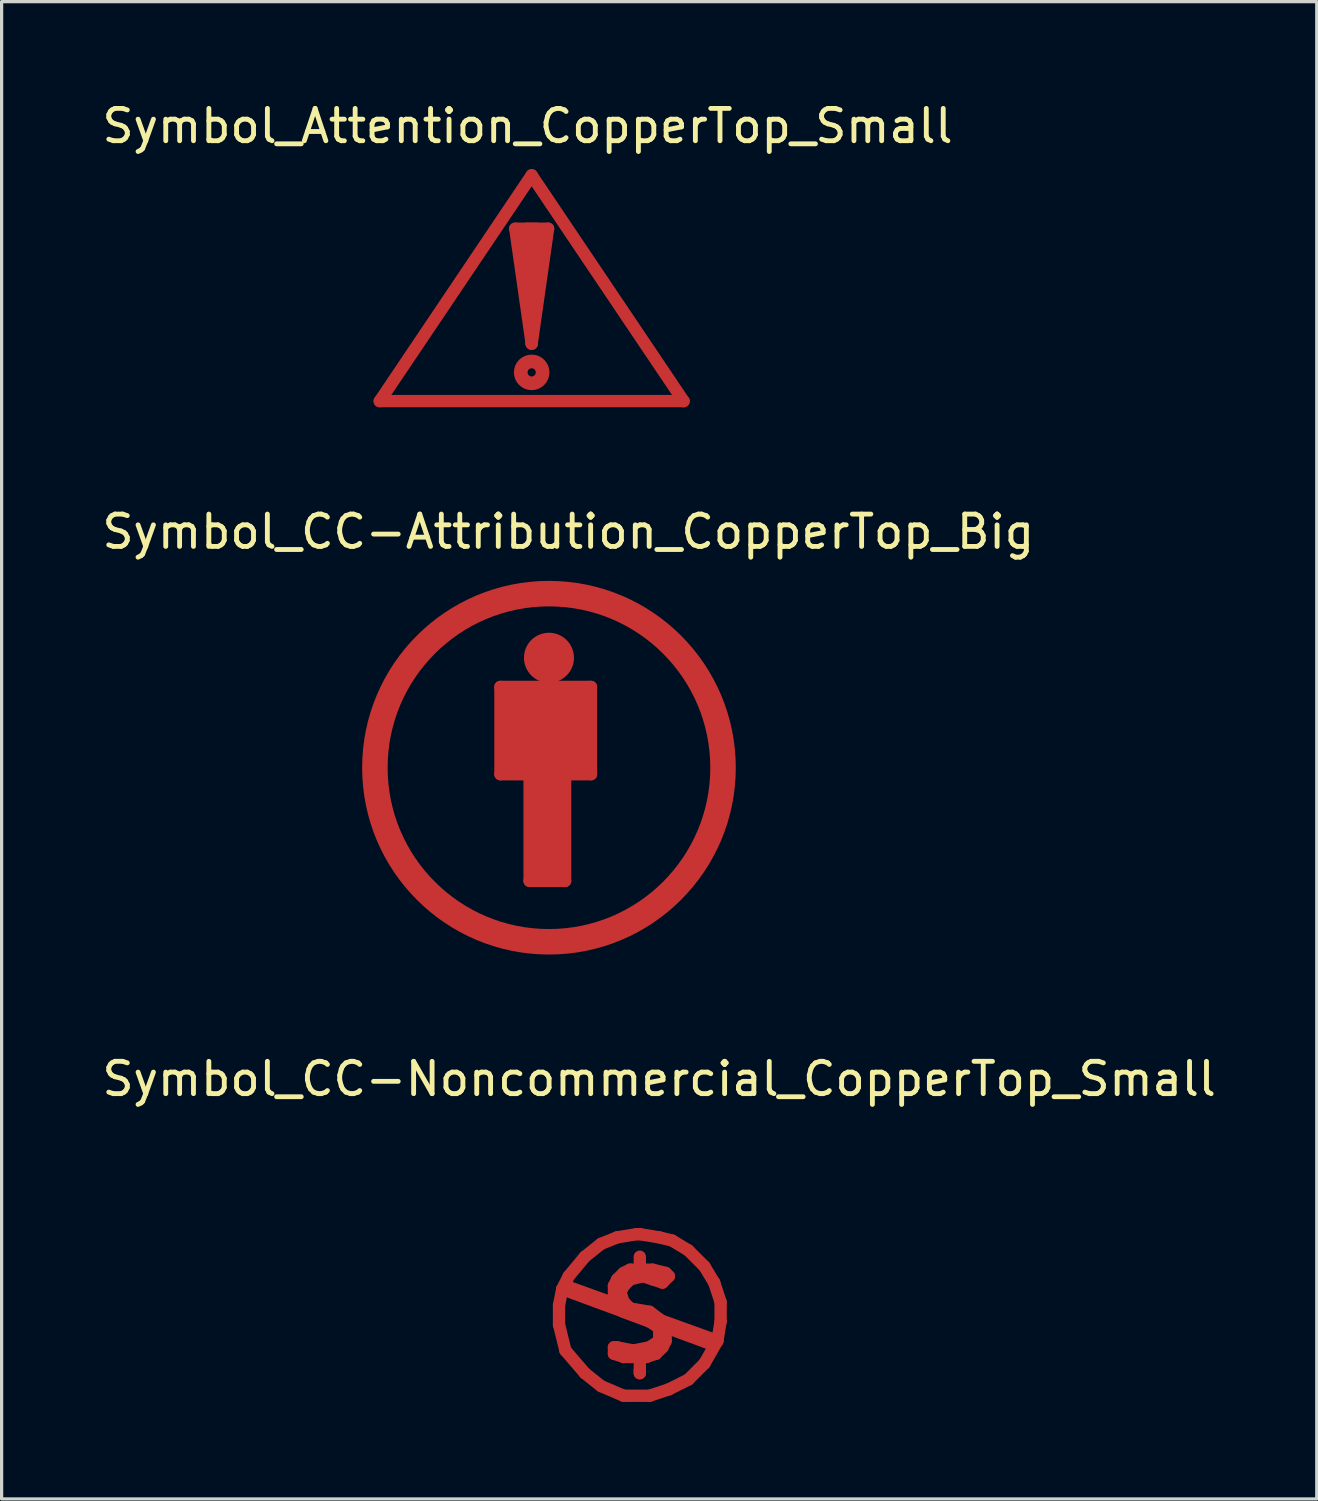
<source format=kicad_pcb>
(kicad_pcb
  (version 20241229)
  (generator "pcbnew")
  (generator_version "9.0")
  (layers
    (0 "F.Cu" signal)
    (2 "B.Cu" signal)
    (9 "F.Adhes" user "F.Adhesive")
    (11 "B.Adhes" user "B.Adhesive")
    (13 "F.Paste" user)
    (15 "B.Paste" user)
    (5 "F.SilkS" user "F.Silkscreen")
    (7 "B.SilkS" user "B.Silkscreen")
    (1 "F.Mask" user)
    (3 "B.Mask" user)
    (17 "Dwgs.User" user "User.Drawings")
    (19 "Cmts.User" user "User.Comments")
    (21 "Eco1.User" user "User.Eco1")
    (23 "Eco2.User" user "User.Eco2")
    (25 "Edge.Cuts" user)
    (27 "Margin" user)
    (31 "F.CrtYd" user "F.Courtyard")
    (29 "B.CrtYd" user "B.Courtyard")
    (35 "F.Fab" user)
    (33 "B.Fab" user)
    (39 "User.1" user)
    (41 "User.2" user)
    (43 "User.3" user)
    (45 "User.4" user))
  (footprint "Symbol_CC-Attribution_CopperTop_Big"
    (layer "F.Cu")
    (at 13.93 20.696)
    (property "Reference" "Symbol_CC-Attribution_CopperTop_Big" (at 0.599 -7.3 0) (layer "F.SilkS") (effects (font (size 1 1) (thickness 0.15))))
    (attr through_hole)
    (fp_line (start -5.4 0.099) (end -5.199 1.3) (stroke (width 0.381) (type solid)) (layer "F.Cu"))
    (fp_line (start -5.301 -1.1) (end -5.4 0.099) (stroke (width 0.381) (type solid)) (layer "F.Cu"))
    (fp_line (start -5.199 1.3) (end -4.801 2.4) (stroke (width 0.381) (type solid)) (layer "F.Cu"))
    (fp_line (start -5.001 -2.101) (end -5.301 -1.1) (stroke (width 0.381) (type solid)) (layer "F.Cu"))
    (fp_line (start -4.801 2.4) (end -3.8 3.899) (stroke (width 0.381) (type solid)) (layer "F.Cu"))
    (fp_line (start -4.501 -3) (end -5.001 -2.101) (stroke (width 0.381) (type solid)) (layer "F.Cu"))
    (fp_line (start -4 -3.599) (end -4.501 -3) (stroke (width 0.381) (type solid)) (layer "F.Cu"))
    (fp_line (start -3.8 3.899) (end -2.601 4.801) (stroke (width 0.381) (type solid)) (layer "F.Cu"))
    (fp_line (start -3.299 -4.201) (end -4 -3.599) (stroke (width 0.381) (type solid)) (layer "F.Cu"))
    (fp_line (start -2.7 -4.699) (end -3.299 -4.201) (stroke (width 0.381) (type solid)) (layer "F.Cu"))
    (fp_line (start -2.601 4.801) (end -1.3 5.301) (stroke (width 0.381) (type solid)) (layer "F.Cu"))
    (fp_line (start -1.999 -4.9) (end -2.7 -4.699) (stroke (width 0.381) (type solid)) (layer "F.Cu"))
    (fp_line (start -1.501 -2.499) (end 1.3 -2.499) (stroke (width 0.381) (type solid)) (layer "F.Cu"))
    (fp_line (start -1.501 0.201) (end -1.501 -2.499) (stroke (width 0.381) (type solid)) (layer "F.Cu"))
    (fp_line (start -1.4 -2.2) (end 1.1 -2.2) (stroke (width 0.381) (type solid)) (layer "F.Cu"))
    (fp_line (start -1.4 -1.9) (end -1.4 -1.501) (stroke (width 0.381) (type solid)) (layer "F.Cu"))
    (fp_line (start -1.4 -1.6) (end 1.199 -1.6) (stroke (width 0.381) (type solid)) (layer "F.Cu"))
    (fp_line (start -1.4 -1.501) (end -1.4 -1.6) (stroke (width 0.381) (type solid)) (layer "F.Cu"))
    (fp_line (start -1.4 -0.8) (end -1.4 -0.5) (stroke (width 0.381) (type solid)) (layer "F.Cu"))
    (fp_line (start -1.4 -0.5) (end 1.1 -0.5) (stroke (width 0.381) (type solid)) (layer "F.Cu"))
    (fp_line (start -1.4 -0.3) (end -1.4 -0.099) (stroke (width 0.381) (type solid)) (layer "F.Cu"))
    (fp_line (start -1.4 -0.099) (end 1.1 -0.099) (stroke (width 0.381) (type solid)) (layer "F.Cu"))
    (fp_line (start -1.3 -5.1) (end -1.999 -4.9) (stroke (width 0.381) (type solid)) (layer "F.Cu"))
    (fp_line (start -1.3 -1.3) (end -1.3 -1.1) (stroke (width 0.381) (type solid)) (layer "F.Cu"))
    (fp_line (start -1.3 -1.1) (end 1.1 -1.1) (stroke (width 0.381) (type solid)) (layer "F.Cu"))
    (fp_line (start -1.3 5.301) (end 0.099 5.301) (stroke (width 0.381) (type solid)) (layer "F.Cu"))
    (fp_line (start -0.599 0.3) (end -0.599 3.5) (stroke (width 0.381) (type solid)) (layer "F.Cu"))
    (fp_line (start -0.599 3.5) (end 0.5 3.5) (stroke (width 0.381) (type solid)) (layer "F.Cu"))
    (fp_line (start -0.5 -5.4) (end -1.3 -5.1) (stroke (width 0.381) (type solid)) (layer "F.Cu"))
    (fp_line (start -0.399 0.3) (end -0.399 3.299) (stroke (width 0.381) (type solid)) (layer "F.Cu"))
    (fp_line (start -0.399 3.299) (end -0.201 3.299) (stroke (width 0.381) (type solid)) (layer "F.Cu"))
    (fp_line (start -0.3 -3.8) (end -0.3 -3.099) (stroke (width 0.381) (type solid)) (layer "F.Cu"))
    (fp_line (start -0.201 0.3) (end 0.099 0.3) (stroke (width 0.381) (type solid)) (layer "F.Cu"))
    (fp_line (start -0.201 3.299) (end -0.201 0.3) (stroke (width 0.381) (type solid)) (layer "F.Cu"))
    (fp_line (start 0 -5.4) (end -0.5 -5.4) (stroke (width 0.381) (type solid)) (layer "F.Cu"))
    (fp_line (start 0 -3.8) (end 0 -3) (stroke (width 0.381) (type solid)) (layer "F.Cu"))
    (fp_line (start 0.099 0.3) (end 0.099 3.401) (stroke (width 0.381) (type solid)) (layer "F.Cu"))
    (fp_line (start 0.099 3.401) (end 0.3 3.401) (stroke (width 0.381) (type solid)) (layer "F.Cu"))
    (fp_line (start 0.099 5.301) (end 1.6 5.199) (stroke (width 0.381) (type solid)) (layer "F.Cu"))
    (fp_line (start 0.3 -3.8) (end 0.3 -3) (stroke (width 0.381) (type solid)) (layer "F.Cu"))
    (fp_line (start 0.3 3.401) (end 0.3 0.3) (stroke (width 0.381) (type solid)) (layer "F.Cu"))
    (fp_line (start 0.5 3.5) (end 0.5 0.3) (stroke (width 0.381) (type solid)) (layer "F.Cu"))
    (fp_line (start 1.1 -1.1) (end 1.1 -0.8) (stroke (width 0.381) (type solid)) (layer "F.Cu"))
    (fp_line (start 1.1 -0.8) (end -1.4 -0.8) (stroke (width 0.381) (type solid)) (layer "F.Cu"))
    (fp_line (start 1.1 -0.5) (end 1.1 -0.3) (stroke (width 0.381) (type solid)) (layer "F.Cu"))
    (fp_line (start 1.1 -0.3) (end -1.4 -0.3) (stroke (width 0.381) (type solid)) (layer "F.Cu"))
    (fp_line (start 1.199 -1.9) (end -1.4 -1.9) (stroke (width 0.381) (type solid)) (layer "F.Cu"))
    (fp_line (start 1.199 -1.6) (end 1.199 -1.3) (stroke (width 0.381) (type solid)) (layer "F.Cu"))
    (fp_line (start 1.199 -1.3) (end -1.3 -1.3) (stroke (width 0.381) (type solid)) (layer "F.Cu"))
    (fp_line (start 1.3 -2.499) (end 1.3 0.201) (stroke (width 0.381) (type solid)) (layer "F.Cu"))
    (fp_line (start 1.3 0.201) (end -1.501 0.201) (stroke (width 0.381) (type solid)) (layer "F.Cu"))
    (fp_line (start 1.4 -5.199) (end 0 -5.301) (stroke (width 0.381) (type solid)) (layer "F.Cu"))
    (fp_line (start 1.6 5.199) (end 2.601 4.699) (stroke (width 0.381) (type solid)) (layer "F.Cu"))
    (fp_line (start 2.4 -4.801) (end 1.4 -5.199) (stroke (width 0.381) (type solid)) (layer "F.Cu"))
    (fp_line (start 2.601 4.699) (end 4.201 3.401) (stroke (width 0.381) (type solid)) (layer "F.Cu"))
    (fp_line (start 3.401 -4.1) (end 2.4 -4.801) (stroke (width 0.381) (type solid)) (layer "F.Cu"))
    (fp_line (start 4.201 3.401) (end 5.001 1.801) (stroke (width 0.381) (type solid)) (layer "F.Cu"))
    (fp_line (start 4.699 -2.499) (end 3.401 -4.1) (stroke (width 0.381) (type solid)) (layer "F.Cu"))
    (fp_line (start 5.001 1.801) (end 5.4 0.3) (stroke (width 0.381) (type solid)) (layer "F.Cu"))
    (fp_line (start 5.199 -1.4) (end 4.699 -2.499) (stroke (width 0.381) (type solid)) (layer "F.Cu"))
    (fp_line (start 5.4 0.3) (end 5.199 -1.4) (stroke (width 0.381) (type solid)) (layer "F.Cu"))
    (fp_circle (center 0 -3.401) (end 0.3 -2.901) (stroke (width 0.381) (type solid)) (fill no) (layer "F.Cu"))
    (fp_circle (center 0 0) (end 5.08 1.016) (stroke (width 0.381) (type solid)) (fill no) (layer "F.Cu"))
    (fp_circle (center 0 0) (end 5.588 0) (stroke (width 0.381) (type solid)) (fill no) (layer "F.Cu")))
  (footprint "Symbol_Attention_CopperTop_Small"
    (layer "F.Cu")
    (at 13.395 6.563)
    (property "Reference" "Symbol_Attention_CopperTop_Small" (at -0.127 -5.715 0) (layer "F.SilkS") (effects (font (size 1 1) (thickness 0.15))))
    (attr through_hole)
    (fp_line (start -4.699 2.794) (end 0 -4.191) (stroke (width 0.381) (type solid)) (layer "F.Cu"))
    (fp_line (start -0.508 -2.54) (end 0 -2.54) (stroke (width 0.381) (type solid)) (layer "F.Cu"))
    (fp_line (start 0 -4.191) (end 4.699 2.794) (stroke (width 0.381) (type solid)) (layer "F.Cu"))
    (fp_line (start 0 -2.54) (end 0.508 -2.54) (stroke (width 0.381) (type solid)) (layer "F.Cu"))
    (fp_line (start 0 0.889) (end 0.127 -2.54) (stroke (width 0.381) (type solid)) (layer "F.Cu"))
    (fp_line (start 0 1.016) (end -0.508 -2.54) (stroke (width 0.381) (type solid)) (layer "F.Cu"))
    (fp_line (start 0 1.016) (end -0.127 -2.54) (stroke (width 0.381) (type solid)) (layer "F.Cu"))
    (fp_line (start 0.508 -2.54) (end 0 1.016) (stroke (width 0.381) (type solid)) (layer "F.Cu"))
    (fp_line (start 4.699 2.794) (end -4.699 2.794) (stroke (width 0.381) (type solid)) (layer "F.Cu"))
    (fp_circle (center 0 1.905) (end 0 2.032) (stroke (width 0.381) (type solid)) (fill no) (layer "F.Cu"))
    (fp_circle (center 0 1.905) (end 0.254 2.159) (stroke (width 0.381) (type solid)) (fill no) (layer "F.Cu")))
  (footprint "Symbol_CC-Noncommercial_CopperTop_Small"
    (layer "F.Cu")
    (at 16.74 37.623)
    (property "Reference" "Symbol_CC-Noncommercial_CopperTop_Small" (at 0.599 -7.3 0) (layer "F.SilkS") (effects (font (size 1 1) (thickness 0.15))))
    (attr through_hole)
    (fp_line (start -2.499 -0.3) (end -2.499 0.3) (stroke (width 0.381) (type solid)) (layer "F.Cu"))
    (fp_line (start -2.499 0.3) (end -2.301 1.1) (stroke (width 0.381) (type solid)) (layer "F.Cu"))
    (fp_line (start -2.4 -0.8) (end -2.499 -0.3) (stroke (width 0.381) (type solid)) (layer "F.Cu"))
    (fp_line (start -2.4 -0.8) (end 2.2 0.899) (stroke (width 0.381) (type solid)) (layer "F.Cu"))
    (fp_line (start -2.301 -0.899) (end 2.4 0.8) (stroke (width 0.381) (type solid)) (layer "F.Cu"))
    (fp_line (start -2.301 1.1) (end -1.699 1.801) (stroke (width 0.381) (type solid)) (layer "F.Cu"))
    (fp_line (start -2.2 -1.199) (end -2.4 -0.8) (stroke (width 0.381) (type solid)) (layer "F.Cu"))
    (fp_line (start -1.699 -1.801) (end -2.2 -1.199) (stroke (width 0.381) (type solid)) (layer "F.Cu"))
    (fp_line (start -1.699 1.801) (end -1.199 2.2) (stroke (width 0.381) (type solid)) (layer "F.Cu"))
    (fp_line (start -1.199 -2.2) (end -1.699 -1.801) (stroke (width 0.381) (type solid)) (layer "F.Cu"))
    (fp_line (start -1.199 2.2) (end -0.5 2.499) (stroke (width 0.381) (type solid)) (layer "F.Cu"))
    (fp_line (start -0.8 -0.899) (end -0.8 -0.599) (stroke (width 0.381) (type solid)) (layer "F.Cu"))
    (fp_line (start -0.8 -0.599) (end -0.701 -0.3) (stroke (width 0.381) (type solid)) (layer "F.Cu"))
    (fp_line (start -0.8 1.001) (end -0.8 1.199) (stroke (width 0.381) (type solid)) (layer "F.Cu"))
    (fp_line (start -0.8 1.199) (end -0.5 1.3) (stroke (width 0.381) (type solid)) (layer "F.Cu"))
    (fp_line (start -0.701 -2.4) (end -1.199 -2.2) (stroke (width 0.381) (type solid)) (layer "F.Cu"))
    (fp_line (start -0.701 -1.1) (end -0.8 -0.899) (stroke (width 0.381) (type solid)) (layer "F.Cu"))
    (fp_line (start -0.701 -0.3) (end -0.5 -0.099) (stroke (width 0.381) (type solid)) (layer "F.Cu"))
    (fp_line (start -0.701 1.001) (end -0.8 1.001) (stroke (width 0.381) (type solid)) (layer "F.Cu"))
    (fp_line (start -0.599 -0.701) (end -0.5 -0.899) (stroke (width 0.381) (type solid)) (layer "F.Cu"))
    (fp_line (start -0.5 -1.3) (end -0.701 -1.1) (stroke (width 0.381) (type solid)) (layer "F.Cu"))
    (fp_line (start -0.5 -0.899) (end -0.3 -1.1) (stroke (width 0.381) (type solid)) (layer "F.Cu"))
    (fp_line (start -0.5 -0.399) (end -0.599 -0.701) (stroke (width 0.381) (type solid)) (layer "F.Cu"))
    (fp_line (start -0.5 -0.099) (end 0.3 0.201) (stroke (width 0.381) (type solid)) (layer "F.Cu"))
    (fp_line (start -0.5 1.3) (end 0.201 1.3) (stroke (width 0.381) (type solid)) (layer "F.Cu"))
    (fp_line (start -0.5 2.499) (end 0.3 2.499) (stroke (width 0.381) (type solid)) (layer "F.Cu"))
    (fp_line (start -0.3 -1.4) (end -0.5 -1.3) (stroke (width 0.381) (type solid)) (layer "F.Cu"))
    (fp_line (start -0.3 -1.1) (end 0.099 -1.199) (stroke (width 0.381) (type solid)) (layer "F.Cu"))
    (fp_line (start -0.3 -0.201) (end -0.5 -0.399) (stroke (width 0.381) (type solid)) (layer "F.Cu"))
    (fp_line (start -0.201 1.1) (end -0.701 1.001) (stroke (width 0.381) (type solid)) (layer "F.Cu"))
    (fp_line (start -0.099 -2.499) (end -0.701 -2.4) (stroke (width 0.381) (type solid)) (layer "F.Cu"))
    (fp_line (start 0 -2.499) (end -0.099 -2.499) (stroke (width 0.381) (type solid)) (layer "F.Cu"))
    (fp_line (start 0 -1.501) (end 0 -1.801) (stroke (width 0.381) (type solid)) (layer "F.Cu"))
    (fp_line (start 0 1.3) (end 0 1.801) (stroke (width 0.381) (type solid)) (layer "F.Cu"))
    (fp_line (start 0 1.801) (end 0 1.699) (stroke (width 0.381) (type solid)) (layer "F.Cu"))
    (fp_line (start 0.099 -1.199) (end 0.399 -1.1) (stroke (width 0.381) (type solid)) (layer "F.Cu"))
    (fp_line (start 0.201 1.3) (end 0.5 1.199) (stroke (width 0.381) (type solid)) (layer "F.Cu"))
    (fp_line (start 0.3 -0.099) (end -0.3 -0.201) (stroke (width 0.381) (type solid)) (layer "F.Cu"))
    (fp_line (start 0.3 0.201) (end 0.599 0.399) (stroke (width 0.381) (type solid)) (layer "F.Cu"))
    (fp_line (start 0.3 1.001) (end -0.201 1.1) (stroke (width 0.381) (type solid)) (layer "F.Cu"))
    (fp_line (start 0.3 2.499) (end 0.899 2.301) (stroke (width 0.381) (type solid)) (layer "F.Cu"))
    (fp_line (start 0.399 -1.4) (end -0.3 -1.4) (stroke (width 0.381) (type solid)) (layer "F.Cu"))
    (fp_line (start 0.399 -1.1) (end 0.701 -1.001) (stroke (width 0.381) (type solid)) (layer "F.Cu"))
    (fp_line (start 0.5 1.199) (end 0.701 1.001) (stroke (width 0.381) (type solid)) (layer "F.Cu"))
    (fp_line (start 0.599 -2.4) (end 0 -2.499) (stroke (width 0.381) (type solid)) (layer "F.Cu"))
    (fp_line (start 0.599 0.399) (end 0.599 0.8) (stroke (width 0.381) (type solid)) (layer "F.Cu"))
    (fp_line (start 0.599 0.8) (end 0.3 1.001) (stroke (width 0.381) (type solid)) (layer "F.Cu"))
    (fp_line (start 0.701 -1.001) (end 0.899 -1.199) (stroke (width 0.381) (type solid)) (layer "F.Cu"))
    (fp_line (start 0.701 0.201) (end 0.3 -0.099) (stroke (width 0.381) (type solid)) (layer "F.Cu"))
    (fp_line (start 0.701 1.001) (end 0.8 0.8) (stroke (width 0.381) (type solid)) (layer "F.Cu"))
    (fp_line (start 0.8 -1.3) (end 0.399 -1.4) (stroke (width 0.381) (type solid)) (layer "F.Cu"))
    (fp_line (start 0.8 0.5) (end 0.701 0.201) (stroke (width 0.381) (type solid)) (layer "F.Cu"))
    (fp_line (start 0.8 0.8) (end 0.8 0.5) (stroke (width 0.381) (type solid)) (layer "F.Cu"))
    (fp_line (start 0.899 -1.199) (end 0.8 -1.3) (stroke (width 0.381) (type solid)) (layer "F.Cu"))
    (fp_line (start 0.899 2.301) (end 1.501 1.999) (stroke (width 0.381) (type solid)) (layer "F.Cu"))
    (fp_line (start 1.001 -2.301) (end 0.599 -2.4) (stroke (width 0.381) (type solid)) (layer "F.Cu"))
    (fp_line (start 1.501 -1.999) (end 1.001 -2.301) (stroke (width 0.381) (type solid)) (layer "F.Cu"))
    (fp_line (start 1.501 1.999) (end 1.999 1.501) (stroke (width 0.381) (type solid)) (layer "F.Cu"))
    (fp_line (start 1.999 -1.501) (end 1.501 -1.999) (stroke (width 0.381) (type solid)) (layer "F.Cu"))
    (fp_line (start 1.999 1.501) (end 2.4 0.8) (stroke (width 0.381) (type solid)) (layer "F.Cu"))
    (fp_line (start 2.301 -1.001) (end 1.999 -1.501) (stroke (width 0.381) (type solid)) (layer "F.Cu"))
    (fp_line (start 2.4 0.8) (end 2.499 0.201) (stroke (width 0.381) (type solid)) (layer "F.Cu"))
    (fp_line (start 2.499 -0.399) (end 2.301 -1.001) (stroke (width 0.381) (type solid)) (layer "F.Cu"))
    (fp_line (start 2.499 0.201) (end 2.499 -0.399) (stroke (width 0.381) (type solid)) (layer "F.Cu")))
  (gr_rect
    (start -3 -3)
    (end 37.679 43.313)
    (stroke (width 0.1) (type default))
    (fill no)
    (layer "Edge.Cuts")))
</source>
